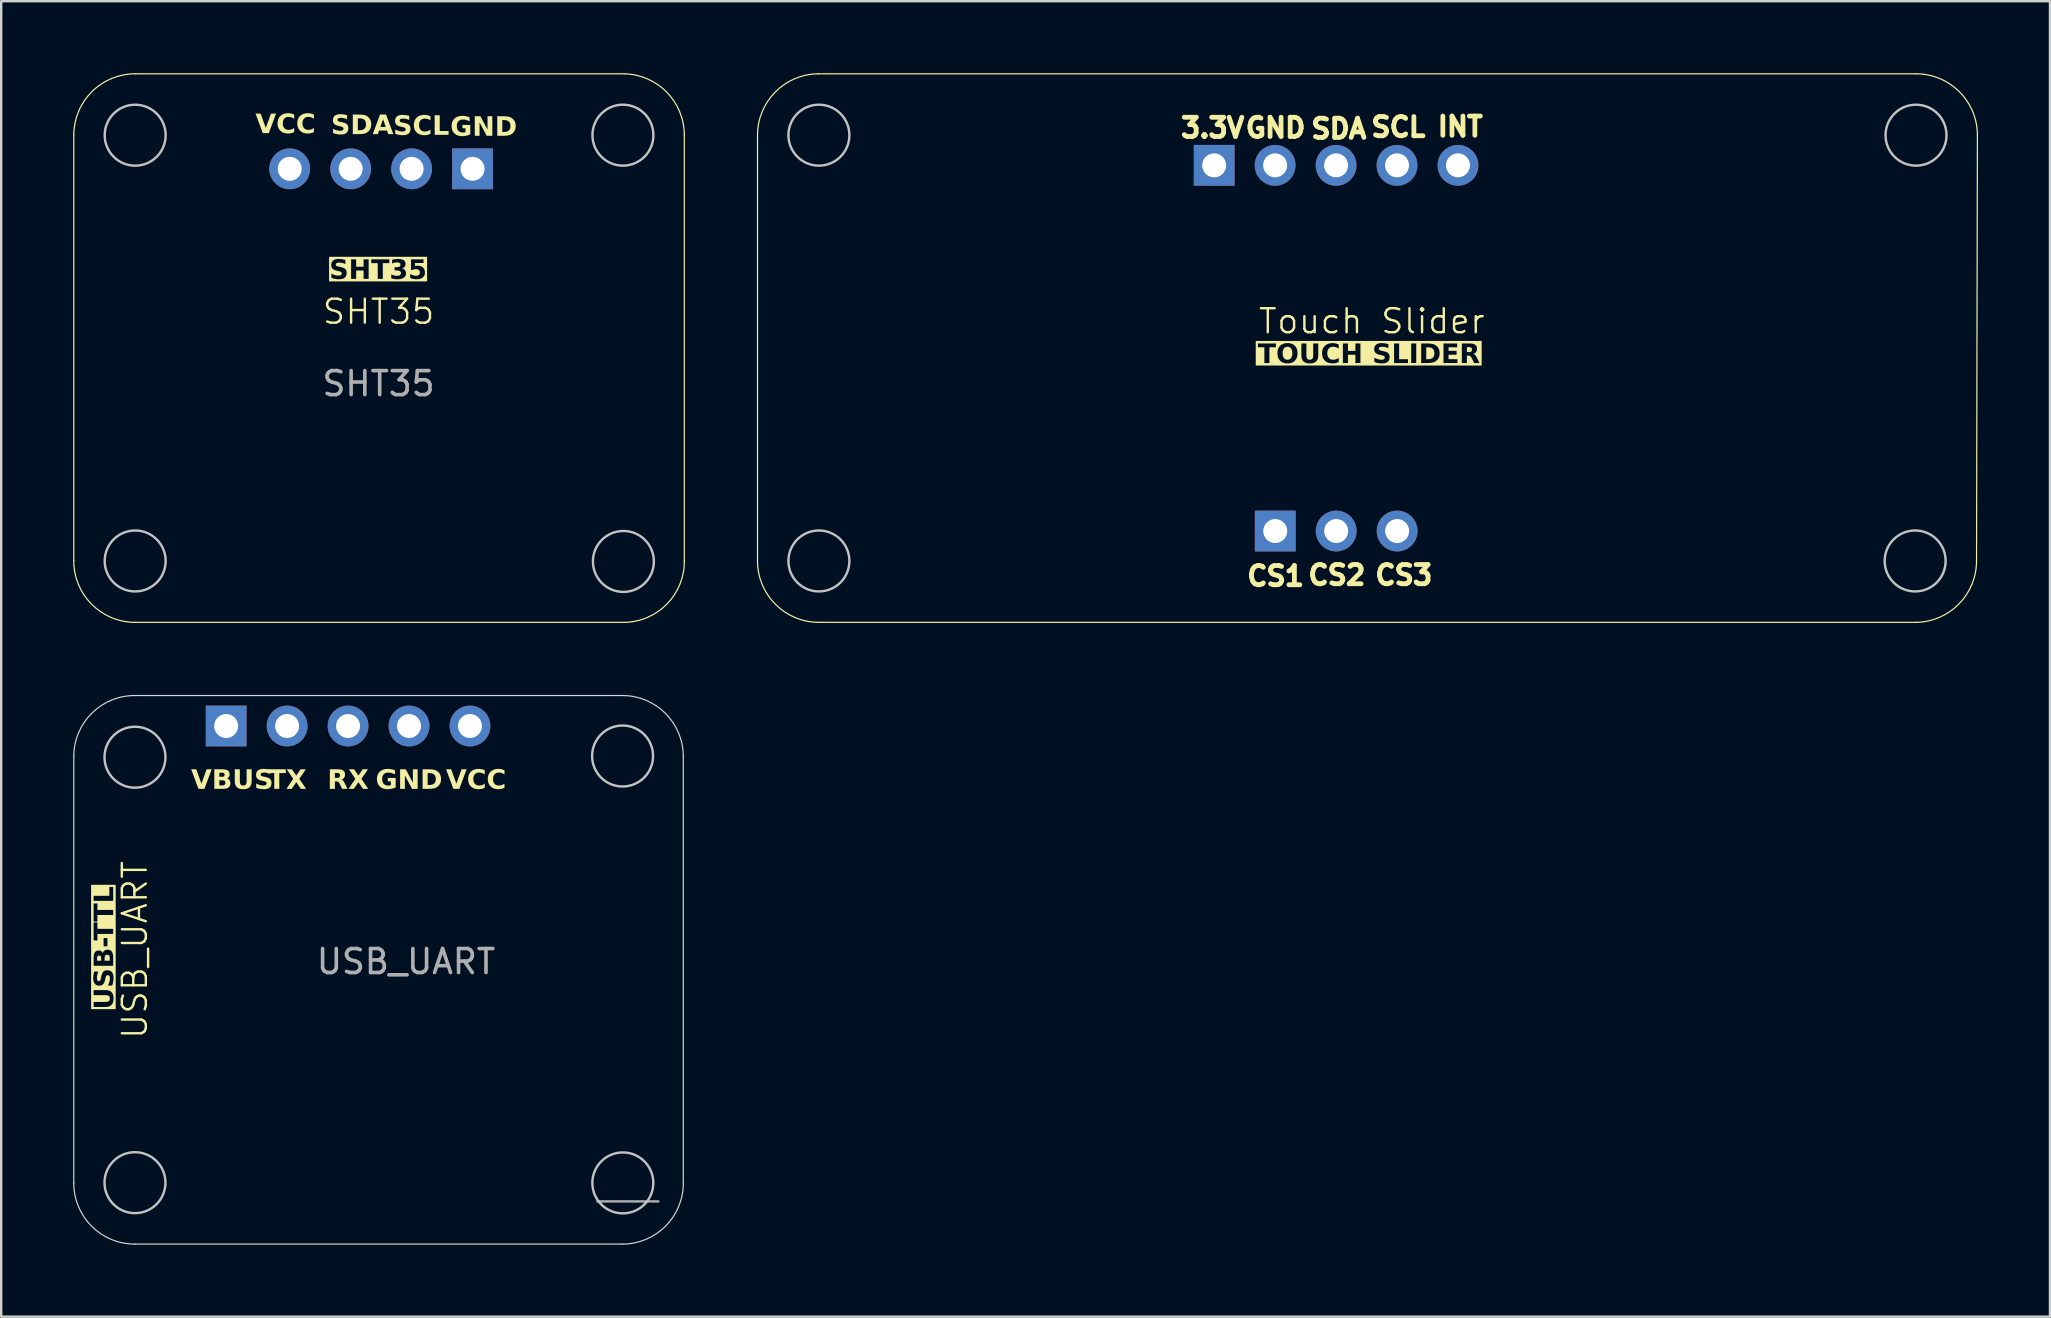
<source format=kicad_pcb>
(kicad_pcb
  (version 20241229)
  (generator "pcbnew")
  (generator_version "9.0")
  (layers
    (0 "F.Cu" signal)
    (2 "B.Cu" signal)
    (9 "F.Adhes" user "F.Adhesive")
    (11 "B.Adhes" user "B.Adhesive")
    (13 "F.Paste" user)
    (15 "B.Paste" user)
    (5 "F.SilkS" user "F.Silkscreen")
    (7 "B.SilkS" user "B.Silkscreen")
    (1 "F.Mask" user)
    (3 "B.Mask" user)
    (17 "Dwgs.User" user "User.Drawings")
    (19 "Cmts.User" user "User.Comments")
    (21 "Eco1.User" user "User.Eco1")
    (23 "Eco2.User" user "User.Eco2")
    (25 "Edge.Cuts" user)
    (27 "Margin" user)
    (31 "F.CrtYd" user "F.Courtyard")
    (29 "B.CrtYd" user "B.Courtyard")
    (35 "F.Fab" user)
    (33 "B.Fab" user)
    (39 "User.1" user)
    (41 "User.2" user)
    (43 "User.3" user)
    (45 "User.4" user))
  (footprint "USB_UART"
    (layer "F.Cu")
    (at 12.915 37.555)
    (property "Reference" "USB_UART" (at -10.346 -1.023 90) (unlocked yes) (layer "F.SilkS") (effects (font (size 1 1) (thickness 0.1))))
    (attr smd)
    (fp_circle (center -10.34 -9.05) (end -9.07 -9.05) (stroke (width 0.1) (type default)) (fill no) (layer "Dwgs.User"))
    (fp_circle (center -10.34 8.68) (end -9.07 8.68) (stroke (width 0.1) (type default)) (fill no) (layer "Dwgs.User"))
    (fp_circle (center 9.98 -9.1) (end 11.25 -9.1) (stroke (width 0.1) (type default)) (fill no) (layer "Dwgs.User"))
    (fp_circle (center 9.99 8.69) (end 11.26 8.69) (stroke (width 0.1) (type default)) (fill no) (layer "Dwgs.User"))
    (fp_line (start -12.89 -9.08) (end -12.89 8.7) (stroke (width 0.05) (type default)) (layer "Edge.Cuts"))
    (fp_line (start -10.35 -11.62) (end 9.97 -11.62) (stroke (width 0.05) (type default)) (layer "Edge.Cuts"))
    (fp_line (start -10.35 11.24) (end 9.97 11.24) (stroke (width 0.05) (type default)) (layer "Edge.Cuts"))
    (fp_line (start 12.51 8.7) (end 12.51 -9.08) (stroke (width 0.05) (type default)) (layer "Edge.Cuts"))
    (fp_arc (start -12.89 -9.08) (mid -12.146051 -10.876051) (end -10.35 -11.62) (stroke (width 0.05) (type default)) (layer "Edge.Cuts"))
    (fp_arc (start -10.35 11.24) (mid -12.146051 10.496051) (end -12.89 8.7) (stroke (width 0.05) (type default)) (layer "Edge.Cuts"))
    (fp_arc (start 9.97 -11.62) (mid 11.766051 -10.876051) (end 12.51 -9.08) (stroke (width 0.05) (type default)) (layer "Edge.Cuts"))
    (fp_arc (start 12.51 8.7) (mid 11.766051 10.496051) (end 9.97 11.24) (stroke (width 0.05) (type default)) (layer "Edge.Cuts"))
    (fp_line (start 11.47 9.462) (end 8.93 9.462) (stroke (width 0.1) (type solid)) (layer "F.Fab"))
    (fp_text user "VCC" (at 3.874 -8.064 0) (unlocked yes) (layer "F.SilkS") (effects (font (face "Lexend") (size 0.8 0.8) (thickness 0.2) (bold yes))))
    (fp_text user "RX" (at -1.46 -8.064 0) (unlocked yes) (layer "F.SilkS") (effects (font (face "Lexend") (size 0.8 0.8) (thickness 0.2) (bold yes))))
    (fp_text user "GND" (at 1.08 -8.064 0) (unlocked yes) (layer "F.SilkS") (effects (font (face "Lexend") (size 0.8 0.8) (thickness 0.16) (bold yes))))
    (fp_text user "VBUS" (at -6.286 -8.064 0) (unlocked yes) (layer "F.SilkS") (effects (font (face "Lexend") (size 0.8 0.8) (thickness 0.2) (bold yes))))
    (fp_text user "USB-TTL" (at -11.112 1.461 90) (unlocked yes) (layer "F.SilkS" knockout) (effects (font (face "Lexend") (size 0.8 0.8) (thickness 0.16) (bold yes)) (justify left bottom)))
    (fp_text user "TX" (at -4 -8.064 0) (unlocked yes) (layer "F.SilkS") (effects (font (face "Lexend") (size 0.8 0.8) (thickness 0.16) (bold yes))))
    (fp_text user "${REFERENCE}" (at 0.954 -0.533 0) (layer "F.Fab") (effects (font (size 1 1) (thickness 0.15))))
    (pad "1" thru_hole rect (at -6.54 -10.35 90) (size 1.7 1.7) (drill 1) (layers "*.Cu" "*.Mask"))
    (pad "2" thru_hole circle (at -4 -10.35 90) (size 1.7 1.7) (drill 1) (layers "*.Cu" "*.Mask"))
    (pad "3" thru_hole circle (at -1.46 -10.35 90) (size 1.7 1.7) (drill 1) (layers "*.Cu" "*.Mask"))
    (pad "4" thru_hole circle (at 1.08 -10.35 90) (size 1.7 1.7) (drill 1) (layers "*.Cu" "*.Mask"))
    (pad "5" thru_hole circle (at 3.62 -10.35 90) (size 1.7 1.7) (drill 1) (layers "*.Cu" "*.Mask")))
  (footprint "SHT35"
    (layer "F.Cu")
    (at 12.725 11.438)
    (property "Reference" "SHT35" (at 0 -1.5 0) (unlocked yes) (layer "F.SilkS") (effects (font (size 1 1) (thickness 0.1))))
    (attr smd)
    (fp_line (start -12.7 8.873) (end -12.7 -8.873) (stroke (width 0.05) (type solid)) (layer "F.SilkS"))
    (fp_line (start -10.115 -11.413) (end 10.231 -11.413) (stroke (width 0.05) (type solid)) (layer "F.SilkS"))
    (fp_line (start 10.23 11.447) (end -10.16 11.447) (stroke (width 0.05) (type solid)) (layer "F.SilkS"))
    (fp_line (start 12.743 8.883) (end 12.743 -8.855) (stroke (width 0.05) (type solid)) (layer "F.SilkS"))
    (fp_arc (start -12.69987 -8.872713) (mid -11.934793 -10.679137) (end -10.11531 -11.412649) (stroke (width 0.05) (type solid)) (layer "F.SilkS"))
    (fp_arc (start -10.159756 11.44709) (mid -11.962915 10.685848) (end -12.700129 8.872713) (stroke (width 0.05) (type solid)) (layer "F.SilkS"))
    (fp_arc (start 10.230641 -11.412649) (mid 12.009618 -10.647372) (end 12.742639 -8.85484) (stroke (width 0.05) (type solid)) (layer "F.SilkS"))
    (fp_arc (start 12.742639 8.882869) (mid 12.01728 10.68538) (end 10.2298 11.44709) (stroke (width 0.05) (type solid)) (layer "F.SilkS"))
    (fp_circle (center -10.142 8.889) (end -8.872 8.889) (stroke (width 0.1) (type default)) (fill no) (layer "Dwgs.User"))
    (fp_circle (center -10.142 -8.854) (end -8.872 -8.854) (stroke (width 0.1) (type default)) (fill no) (layer "Dwgs.User"))
    (fp_circle (center 10.184 -8.855) (end 11.454 -8.855) (stroke (width 0.1) (type default)) (fill no) (layer "Dwgs.User"))
    (fp_circle (center 10.204 8.909) (end 11.474 8.909) (stroke (width 0.1) (type default)) (fill no) (layer "Dwgs.User"))
    (fp_text user "SHT35" (at -0.02 -2.73 0) (unlocked yes) (layer "F.SilkS" knockout) (effects (font (face "Lexend") (size 0.8 0.8) (thickness 0.16) (bold yes)) (justify bottom)))
    (fp_text user "SCL" (at 0.608 -8.733 0) (unlocked yes) (layer "F.SilkS") (effects (font (face "Lexend") (size 0.8 0.8) (thickness 0.175) (bold yes)) (justify left bottom)))
    (fp_text user "VCC\n" (at -2.622 -8.803 0) (unlocked yes) (layer "F.SilkS") (effects (font (face "Lexend") (size 0.8 0.8) (thickness 0.16) (bold yes)) (justify right bottom)))
    (fp_text user "SDA" (at -1.982 -8.763 0) (unlocked yes) (layer "F.SilkS") (effects (font (face "Lexend") (size 0.8 0.8) (thickness 0.175) (bold yes)) (justify left bottom)))
    (fp_text user "GND" (at 2.988 -8.693 0) (unlocked yes) (layer "F.SilkS") (effects (font (face "Lexend") (size 0.8 0.8) (thickness 0.16) (bold yes)) (justify left bottom)))
    (fp_text user "${REFERENCE}" (at 0 1.5 0) (unlocked yes) (layer "F.Fab") (effects (font (size 1 1) (thickness 0.15))))
    (pad "1" thru_hole circle (at -3.702 -7.453 90) (size 1.7 1.7) (drill 1) (layers "*.Cu" "*.Mask"))
    (pad "2" thru_hole circle (at -1.162 -7.453 90) (size 1.7 1.7) (drill 1) (layers "*.Cu" "*.Mask"))
    (pad "3" thru_hole circle (at 1.378 -7.453 90) (size 1.7 1.7) (drill 1) (layers "*.Cu" "*.Mask"))
    (pad "4" thru_hole rect (at 3.918 -7.453 90) (size 1.7 1.7) (drill 1) (layers "*.Cu" "*.Mask")))
  (footprint "Touch Slider"
    (layer "F.Cu")
    (at 53.936 12.725)
    (property "Reference" "Touch Slider" (at 0.18 -2.39 0) (unlocked yes) (layer "F.SilkS") (effects (font (size 1 1) (thickness 0.1))))
    (attr smd)
    (fp_line (start -25.418 7.62) (end -25.418 -10.124) (stroke (width 0.05) (type solid)) (layer "F.SilkS"))
    (fp_line (start -22.878 -12.7) (end 22.842 -12.7) (stroke (width 0.05) (type solid)) (layer "F.SilkS"))
    (fp_line (start 22.842 10.16) (end -22.842 10.16) (stroke (width 0.05) (type solid)) (layer "F.SilkS"))
    (fp_line (start 25.418 -10.16) (end 25.382 7.584) (stroke (width 0.05) (type solid)) (layer "F.SilkS"))
    (fp_arc (start -25.417783 -10.123776) (mid -24.68139 -11.937772) (end -22.878042 -12.699869) (stroke (width 0.05) (type solid)) (layer "F.SilkS"))
    (fp_arc (start -22.841949 10.15987) (mid -24.65595 9.423482) (end -25.418042 7.620129) (stroke (width 0.05) (type solid)) (layer "F.SilkS"))
    (fp_arc (start 22.841949 -12.699868) (mid 24.655973 -11.963504) (end 25.418042 -10.160127) (stroke (width 0.05) (type solid)) (layer "F.SilkS"))
    (fp_arc (start 25.38169 7.584037) (mid 24.64531 9.398046) (end 22.841949 10.16013) (stroke (width 0.05) (type solid)) (layer "F.SilkS"))
    (fp_circle (center -22.86 7.602) (end -21.59 7.602) (stroke (width 0.1) (type default)) (fill no) (layer "Dwgs.User"))
    (fp_circle (center -22.86 -10.142) (end -21.59 -10.142) (stroke (width 0.1) (type default)) (fill no) (layer "Dwgs.User"))
    (fp_circle (center 22.824 7.602) (end 24.094 7.602) (stroke (width 0.1) (type default)) (fill no) (layer "Dwgs.User"))
    (fp_circle (center 22.86 -10.142) (end 24.13 -10.142) (stroke (width 0.1) (type default)) (fill no) (layer "Dwgs.User"))
    (fp_text user "SDA" (at -2.45 -9.94 0) (unlocked yes) (layer "F.SilkS") (effects (font (size 0.8 0.8) (thickness 0.2) (bold yes)) (justify left bottom)))
    (fp_text user "CS1" (at -5.12 8.7 0) (unlocked yes) (layer "F.SilkS") (effects (font (size 0.8 0.8) (thickness 0.2) (bold yes)) (justify left bottom)))
    (fp_text user "CS2" (at -2.57 8.66 0) (unlocked yes) (layer "F.SilkS") (effects (font (size 0.8 0.8) (thickness 0.2) (bold yes)) (justify left bottom)))
    (fp_text user "SCL" (at 0.05 -10.01 0) (unlocked yes) (layer "F.SilkS") (effects (font (size 0.8 0.8) (thickness 0.2) (bold yes)) (justify left bottom)))
    (fp_text user "INT" (at 2.82 -10.03 0) (unlocked yes) (layer "F.SilkS") (effects (font (size 0.8 0.8) (thickness 0.2) (bold yes)) (justify left bottom)))
    (fp_text user "3.3V" (at -7.88 -9.98 0) (unlocked yes) (layer "F.SilkS") (effects (font (size 0.8 0.8) (thickness 0.2) (bold yes)) (justify left bottom)))
    (fp_text user "CS3" (at 0.22 8.66 0) (unlocked yes) (layer "F.SilkS") (effects (font (size 0.8 0.8) (thickness 0.2) (bold yes)) (justify left bottom)))
    (fp_text user "GND" (at -5.18 -9.98 0) (unlocked yes) (layer "F.SilkS") (effects (font (size 0.8 0.8) (thickness 0.2) (bold yes)) (justify left bottom)))
    (fp_text user "TOUCH SLIDER" (at 0.06 -0.51 0) (unlocked yes) (layer "F.SilkS" knockout) (effects (font (face "Lexend") (size 0.8 0.8) (thickness 0.16) (bold yes)) (justify bottom)))
    (pad "1" thru_hole rect (at -6.388 -8.885 270) (size 1.7 1.7) (drill 1) (layers "*.Cu" "*.Mask"))
    (pad "1" thru_hole rect (at -3.843 6.355 270) (size 1.7 1.7) (drill 1) (layers "*.Cu" "*.Mask"))
    (pad "2" thru_hole oval (at -3.848 -8.885 270) (size 1.7 1.7) (drill 1) (layers "*.Cu" "*.Mask"))
    (pad "2" thru_hole oval (at -1.303 6.355 270) (size 1.7 1.7) (drill 1) (layers "*.Cu" "*.Mask"))
    (pad "3" thru_hole oval (at -1.308 -8.885 270) (size 1.7 1.7) (drill 1) (layers "*.Cu" "*.Mask"))
    (pad "3" thru_hole circle (at 1.237 6.355 270) (size 1.7 1.7) (drill 1) (layers "*.Cu" "*.Mask"))
    (pad "4" thru_hole oval (at 1.232 -8.885 270) (size 1.7 1.7) (drill 1) (layers "*.Cu" "*.Mask"))
    (pad "5" thru_hole circle (at 3.772 -8.885 270) (size 1.7 1.7) (drill 1) (layers "*.Cu" "*.Mask")))
  (gr_rect
    (start -3 -3)
    (end 82.379 51.82)
    (stroke (width 0.1) (type default))
    (fill no)
    (layer "Edge.Cuts")))
</source>
